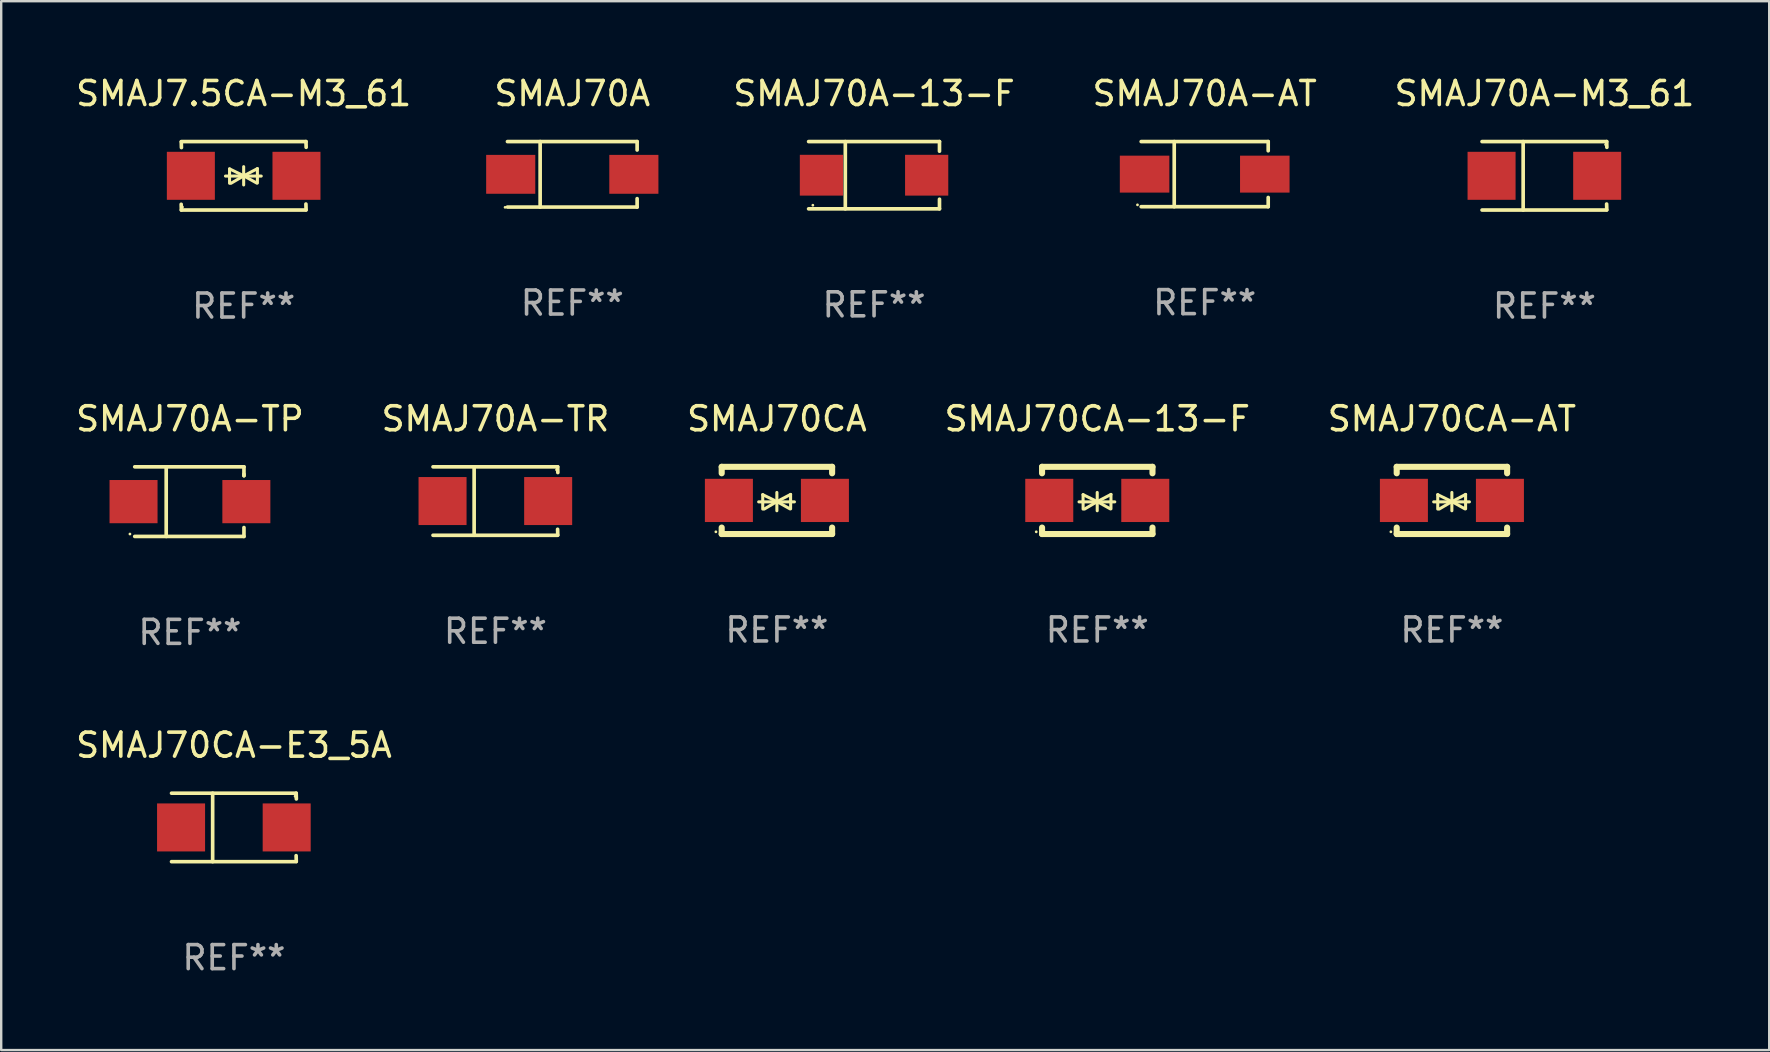
<source format=kicad_pcb>
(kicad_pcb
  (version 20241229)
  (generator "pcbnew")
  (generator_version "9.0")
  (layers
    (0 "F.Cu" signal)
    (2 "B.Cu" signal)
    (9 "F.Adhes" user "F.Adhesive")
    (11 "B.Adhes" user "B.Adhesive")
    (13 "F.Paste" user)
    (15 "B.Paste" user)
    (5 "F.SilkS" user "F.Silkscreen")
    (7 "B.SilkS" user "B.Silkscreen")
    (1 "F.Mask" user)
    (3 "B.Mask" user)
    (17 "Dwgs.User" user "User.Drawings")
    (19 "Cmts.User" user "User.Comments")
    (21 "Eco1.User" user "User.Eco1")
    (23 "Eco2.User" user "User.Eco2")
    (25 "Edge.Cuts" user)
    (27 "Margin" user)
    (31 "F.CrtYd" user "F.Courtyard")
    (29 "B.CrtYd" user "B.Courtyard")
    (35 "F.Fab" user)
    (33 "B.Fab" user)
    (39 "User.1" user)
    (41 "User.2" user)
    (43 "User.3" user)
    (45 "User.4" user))
  (footprint "SMAJ70CA"
    (layer "F.Cu")
    (at 29.315 17.797)
    (property "Reference" "SMAJ70CA" (at 0 -3.4 0) (layer "F.SilkS") (effects (font (size 1 1) (thickness 0.15))))
    (attr through_hole)
    (fp_line (start -2.3 -1.4) (end -2.3 -1.131) (stroke (width 0.254) (type solid)) (layer "F.SilkS"))
    (fp_line (start -2.3 -1.4) (end 2.3 -1.4) (stroke (width 0.254) (type solid)) (layer "F.SilkS"))
    (fp_line (start -2.3 1.131) (end -2.3 1.4) (stroke (width 0.254) (type solid)) (layer "F.SilkS"))
    (fp_line (start -2.3 1.4) (end 2.3 1.4) (stroke (width 0.254) (type solid)) (layer "F.SilkS"))
    (fp_line (start -0.76 0.06) (end 0.73 0.06) (stroke (width 0.127) (type solid)) (layer "F.SilkS"))
    (fp_line (start -0.59 -0.24) (end -0.59 0.36) (stroke (width 0.127) (type solid)) (layer "F.SilkS"))
    (fp_line (start -0.59 -0.24) (end -0.002 0.049) (stroke (width 0.127) (type solid)) (layer "F.SilkS"))
    (fp_line (start -0.53 0.36) (end -0.002 0.049) (stroke (width 0.127) (type solid)) (layer "F.SilkS"))
    (fp_line (start -0.002 0.049) (end -0.002 -0.332) (stroke (width 0.127) (type solid)) (layer "F.SilkS"))
    (fp_line (start -0.002 0.049) (end -0.002 0.43) (stroke (width 0.127) (type solid)) (layer "F.SilkS"))
    (fp_line (start 0.54 0.35) (end -0.002 0.049) (stroke (width 0.127) (type solid)) (layer "F.SilkS"))
    (fp_line (start 0.57 -0.25) (end -0.002 0.049) (stroke (width 0.127) (type solid)) (layer "F.SilkS"))
    (fp_line (start 0.57 -0.25) (end 0.57 0.35) (stroke (width 0.127) (type solid)) (layer "F.SilkS"))
    (fp_line (start 2.3 -1.4) (end 2.3 -1.131) (stroke (width 0.254) (type solid)) (layer "F.SilkS"))
    (fp_line (start 2.3 1.131) (end 2.3 1.4) (stroke (width 0.254) (type solid)) (layer "F.SilkS"))
    (fp_circle (center -2.542 1.308) (end -2.512 1.308) (stroke (width 0.06) (type solid)) (fill no) (layer "F.SilkS"))
    (fp_text user "REF**" (at 0 5.4 0) (layer "F.Fab") (effects (font (size 1 1) (thickness 0.15))))
    (pad "1" smd rect (at -2 0) (size 2 1.8) (layers "F.Cu" "F.Mask" "F.Paste"))
    (pad "2" smd rect (at 2 0) (size 2 1.8) (layers "F.Cu" "F.Mask" "F.Paste")))
  (footprint "SMAJ70CA-E3_5A"
    (layer "F.Cu")
    (at 6.696 31.42)
    (property "Reference" "SMAJ70CA-E3_5A" (at 0 -3.426 0) (layer "F.SilkS") (effects (font (size 1 1) (thickness 0.15))))
    (attr through_hole)
    (fp_line (start -2.6 -1.426) (end 2.593 -1.426) (stroke (width 0.152) (type solid)) (layer "F.SilkS"))
    (fp_line (start -2.6 1.426) (end 2.593 1.426) (stroke (width 0.152) (type solid)) (layer "F.SilkS"))
    (fp_line (start -0.887 -1.426) (end -0.887 1.426) (stroke (width 0.152) (type solid)) (layer "F.SilkS"))
    (fp_line (start 2.59 1.176) (end 2.597 1.415) (stroke (width 0.152) (type solid)) (layer "F.SilkS"))
    (fp_line (start 2.593 -1.426) (end 2.6 -1.187) (stroke (width 0.152) (type solid)) (layer "F.SilkS"))
    (fp_circle (center 2.547 -1.3) (end 2.577 -1.3) (stroke (width 0.06) (type solid)) (fill no) (layer "F.SilkS"))
    (fp_text user "REF**" (at 0 5.426 0) (layer "F.Fab") (effects (font (size 1 1) (thickness 0.15))))
    (pad "1" smd rect (at 2.197 -0.000025 180) (size 2 2) (layers "F.Cu" "F.Mask" "F.Paste"))
    (pad "2" smd rect (at -2.203 -0.000025 180) (size 2 2) (layers "F.Cu" "F.Mask" "F.Paste")))
  (footprint "SMAJ70A-13-F"
    (layer "F.Cu")
    (at 33.362 4.249)
    (property "Reference" "SMAJ70A-13-F" (at 0 -3.401 0) (layer "F.SilkS") (effects (font (size 1 1) (thickness 0.15))))
    (attr through_hole)
    (fp_line (start -2.726 -1.401) (end 2.726 -1.401) (stroke (width 0.152) (type solid)) (layer "F.SilkS"))
    (fp_line (start -2.726 1.401) (end 2.726 1.401) (stroke (width 0.152) (type solid)) (layer "F.SilkS"))
    (fp_line (start -1.197 -1.401) (end -1.197 1.401) (stroke (width 0.152) (type solid)) (layer "F.SilkS"))
    (fp_line (start 2.726 -1.401) (end 2.726 -1) (stroke (width 0.152) (type solid)) (layer "F.SilkS"))
    (fp_line (start 2.726 1.401) (end 2.726 1) (stroke (width 0.152) (type solid)) (layer "F.SilkS"))
    (fp_circle (center -2.55 1.25) (end -2.52 1.25) (stroke (width 0.06) (type solid)) (fill no) (layer "F.SilkS"))
    (fp_text user "REF**" (at 0 5.401 0) (layer "F.Fab") (effects (font (size 1 1) (thickness 0.15))))
    (pad "1" smd rect (at -2.192 0) (size 1.8 1.7) (layers "F.Cu" "F.Mask" "F.Paste"))
    (pad "2" smd rect (at 2.192 0) (size 1.8 1.7) (layers "F.Cu" "F.Mask" "F.Paste")))
  (footprint "SMAJ70A-TR"
    (layer "F.Cu")
    (at 17.589 17.823)
    (property "Reference" "SMAJ70A-TR" (at 0 -3.426 0) (layer "F.SilkS") (effects (font (size 1 1) (thickness 0.15))))
    (attr through_hole)
    (fp_line (start -2.6 -1.426) (end 2.593 -1.426) (stroke (width 0.152) (type solid)) (layer "F.SilkS"))
    (fp_line (start -2.6 1.426) (end 2.593 1.426) (stroke (width 0.152) (type solid)) (layer "F.SilkS"))
    (fp_line (start -0.887 -1.426) (end -0.887 1.426) (stroke (width 0.152) (type solid)) (layer "F.SilkS"))
    (fp_line (start 2.59 1.176) (end 2.597 1.415) (stroke (width 0.152) (type solid)) (layer "F.SilkS"))
    (fp_line (start 2.593 -1.426) (end 2.6 -1.187) (stroke (width 0.152) (type solid)) (layer "F.SilkS"))
    (fp_circle (center 2.547 -1.3) (end 2.577 -1.3) (stroke (width 0.06) (type solid)) (fill no) (layer "F.SilkS"))
    (fp_text user "REF**" (at 0 5.426 0) (layer "F.Fab") (effects (font (size 1 1) (thickness 0.15))))
    (pad "1" smd rect (at 2.197 -0.000025 180) (size 2 2) (layers "F.Cu" "F.Mask" "F.Paste"))
    (pad "2" smd rect (at -2.203 -0.000025 180) (size 2 2) (layers "F.Cu" "F.Mask" "F.Paste")))
  (footprint "SMAJ70A-M3_61"
    (layer "F.Cu")
    (at 61.29 4.274)
    (property "Reference" "SMAJ70A-M3_61" (at 0 -3.426 0) (layer "F.SilkS") (effects (font (size 1 1) (thickness 0.15))))
    (attr through_hole)
    (fp_line (start -2.6 -1.426) (end 2.593 -1.426) (stroke (width 0.152) (type solid)) (layer "F.SilkS"))
    (fp_line (start -2.6 1.426) (end 2.593 1.426) (stroke (width 0.152) (type solid)) (layer "F.SilkS"))
    (fp_line (start -0.887 -1.426) (end -0.887 1.426) (stroke (width 0.152) (type solid)) (layer "F.SilkS"))
    (fp_line (start 2.59 1.176) (end 2.597 1.415) (stroke (width 0.152) (type solid)) (layer "F.SilkS"))
    (fp_line (start 2.593 -1.426) (end 2.6 -1.187) (stroke (width 0.152) (type solid)) (layer "F.SilkS"))
    (fp_circle (center 2.547 -1.3) (end 2.577 -1.3) (stroke (width 0.06) (type solid)) (fill no) (layer "F.SilkS"))
    (fp_text user "REF**" (at 0 5.426 0) (layer "F.Fab") (effects (font (size 1 1) (thickness 0.15))))
    (pad "1" smd rect (at 2.197 -0.000025 180) (size 2 2) (layers "F.Cu" "F.Mask" "F.Paste"))
    (pad "2" smd rect (at -2.203 -0.000025 180) (size 2 2) (layers "F.Cu" "F.Mask" "F.Paste")))
  (footprint "SMAJ7.5CA-M3_61"
    (layer "F.Cu")
    (at 7.101 4.274)
    (property "Reference" "SMAJ7.5CA-M3_61" (at 0 -3.426 0) (layer "F.SilkS") (effects (font (size 1 1) (thickness 0.15))))
    (attr through_hole)
    (fp_line (start -2.596 -1.426) (end 2.596 -1.426) (stroke (width 0.152) (type solid)) (layer "F.SilkS"))
    (fp_line (start -2.596 1.426) (end -2.603 1.187) (stroke (width 0.152) (type solid)) (layer "F.SilkS"))
    (fp_line (start -2.596 1.426) (end 2.596 1.426) (stroke (width 0.152) (type solid)) (layer "F.SilkS"))
    (fp_line (start -2.593 -1.176) (end -2.6 -1.415) (stroke (width 0.152) (type solid)) (layer "F.SilkS"))
    (fp_line (start -0.758 0.011) (end 0.732 0.011) (stroke (width 0.127) (type solid)) (layer "F.SilkS"))
    (fp_line (start -0.588 -0.289) (end -0.588 0.311) (stroke (width 0.127) (type solid)) (layer "F.SilkS"))
    (fp_line (start -0.588 -0.289) (end 0 0) (stroke (width 0.127) (type solid)) (layer "F.SilkS"))
    (fp_line (start -0.528 0.311) (end 0 0) (stroke (width 0.127) (type solid)) (layer "F.SilkS"))
    (fp_line (start 0 0) (end 0 -0.381) (stroke (width 0.127) (type solid)) (layer "F.SilkS"))
    (fp_line (start 0 0) (end 0 0.381) (stroke (width 0.127) (type solid)) (layer "F.SilkS"))
    (fp_line (start 0.542 0.301) (end 0 0) (stroke (width 0.127) (type solid)) (layer "F.SilkS"))
    (fp_line (start 0.572 -0.299) (end 0 0) (stroke (width 0.127) (type solid)) (layer "F.SilkS"))
    (fp_line (start 0.572 -0.299) (end 0.572 0.301) (stroke (width 0.127) (type solid)) (layer "F.SilkS"))
    (fp_line (start 2.593 1.176) (end 2.6 1.415) (stroke (width 0.152) (type solid)) (layer "F.SilkS"))
    (fp_line (start 2.596 -1.426) (end 2.603 -1.187) (stroke (width 0.152) (type solid)) (layer "F.SilkS"))
    (fp_circle (center -2.55 1.3) (end -2.52 1.3) (stroke (width 0.06) (type solid)) (fill no) (layer "F.SilkS"))
    (fp_text user "REF**" (at 0 5.426 0) (layer "F.Fab") (effects (font (size 1 1) (thickness 0.15))))
    (pad "1" smd rect (at -2.2 0 180) (size 2 2) (layers "F.Cu" "F.Mask" "F.Paste"))
    (pad "2" smd rect (at 2.2 0 180) (size 2 2) (layers "F.Cu" "F.Mask" "F.Paste")))
  (footprint "SMAJ70A-AT"
    (layer "F.Cu")
    (at 47.136 4.204)
    (property "Reference" "SMAJ70A-AT" (at 0 -3.356 0) (layer "F.SilkS") (effects (font (size 1 1) (thickness 0.15))))
    (attr through_hole)
    (fp_line (start -2.646 -1.356) (end 2.646 -1.356) (stroke (width 0.152) (type solid)) (layer "F.SilkS"))
    (fp_line (start -2.646 1.356) (end 2.646 1.356) (stroke (width 0.152) (type solid)) (layer "F.SilkS"))
    (fp_line (start -1.269 -1.356) (end -1.269 1.356) (stroke (width 0.152) (type solid)) (layer "F.SilkS"))
    (fp_line (start 2.646 -1.356) (end 2.646 -0.973) (stroke (width 0.152) (type solid)) (layer "F.SilkS"))
    (fp_line (start 2.646 1.356) (end 2.646 0.973) (stroke (width 0.152) (type solid)) (layer "F.SilkS"))
    (fp_circle (center -2.8 1.28) (end -2.77 1.28) (stroke (width 0.06) (type solid)) (fill no) (layer "F.SilkS"))
    (fp_text user "REF**" (at 0 5.356 0) (layer "F.Fab") (effects (font (size 1 1) (thickness 0.15))))
    (pad "1" smd rect (at 2.504 0) (size 2.063 1.539) (layers "F.Cu" "F.Mask" "F.Paste"))
    (pad "2" smd rect (at -2.504 0) (size 2.063 1.539) (layers "F.Cu" "F.Mask" "F.Paste")))
  (footprint "SMAJ70CA-13-F"
    (layer "F.Cu")
    (at 42.661 17.797)
    (property "Reference" "SMAJ70CA-13-F" (at 0 -3.4 0) (layer "F.SilkS") (effects (font (size 1 1) (thickness 0.15))))
    (attr through_hole)
    (fp_line (start -2.3 -1.4) (end -2.3 -1.131) (stroke (width 0.254) (type solid)) (layer "F.SilkS"))
    (fp_line (start -2.3 -1.4) (end 2.3 -1.4) (stroke (width 0.254) (type solid)) (layer "F.SilkS"))
    (fp_line (start -2.3 1.131) (end -2.3 1.4) (stroke (width 0.254) (type solid)) (layer "F.SilkS"))
    (fp_line (start -2.3 1.4) (end 2.3 1.4) (stroke (width 0.254) (type solid)) (layer "F.SilkS"))
    (fp_line (start -0.76 0.06) (end 0.73 0.06) (stroke (width 0.127) (type solid)) (layer "F.SilkS"))
    (fp_line (start -0.59 -0.24) (end -0.59 0.36) (stroke (width 0.127) (type solid)) (layer "F.SilkS"))
    (fp_line (start -0.59 -0.24) (end -0.002 0.049) (stroke (width 0.127) (type solid)) (layer "F.SilkS"))
    (fp_line (start -0.53 0.36) (end -0.002 0.049) (stroke (width 0.127) (type solid)) (layer "F.SilkS"))
    (fp_line (start -0.002 0.049) (end -0.002 -0.332) (stroke (width 0.127) (type solid)) (layer "F.SilkS"))
    (fp_line (start -0.002 0.049) (end -0.002 0.43) (stroke (width 0.127) (type solid)) (layer "F.SilkS"))
    (fp_line (start 0.54 0.35) (end -0.002 0.049) (stroke (width 0.127) (type solid)) (layer "F.SilkS"))
    (fp_line (start 0.57 -0.25) (end -0.002 0.049) (stroke (width 0.127) (type solid)) (layer "F.SilkS"))
    (fp_line (start 0.57 -0.25) (end 0.57 0.35) (stroke (width 0.127) (type solid)) (layer "F.SilkS"))
    (fp_line (start 2.3 -1.4) (end 2.3 -1.131) (stroke (width 0.254) (type solid)) (layer "F.SilkS"))
    (fp_line (start 2.3 1.131) (end 2.3 1.4) (stroke (width 0.254) (type solid)) (layer "F.SilkS"))
    (fp_circle (center -2.542 1.308) (end -2.512 1.308) (stroke (width 0.06) (type solid)) (fill no) (layer "F.SilkS"))
    (fp_text user "REF**" (at 0 5.4 0) (layer "F.Fab") (effects (font (size 1 1) (thickness 0.15))))
    (pad "1" smd rect (at -2 0) (size 2 1.8) (layers "F.Cu" "F.Mask" "F.Paste"))
    (pad "2" smd rect (at 2 0) (size 2 1.8) (layers "F.Cu" "F.Mask" "F.Paste")))
  (footprint "SMAJ70A"
    (layer "F.Cu")
    (at 20.791 4.212)
    (property "Reference" "SMAJ70A" (at 0 -3.364 0) (layer "F.SilkS") (effects (font (size 1 1) (thickness 0.15))))
    (attr through_hole)
    (fp_line (start -2.701 -1.364) (end 2.701 -1.364) (stroke (width 0.152) (type solid)) (layer "F.SilkS"))
    (fp_line (start -2.701 1.364) (end 2.701 1.364) (stroke (width 0.152) (type solid)) (layer "F.SilkS"))
    (fp_line (start -1.339 -1.364) (end -1.339 1.364) (stroke (width 0.152) (type solid)) (layer "F.SilkS"))
    (fp_line (start 2.701 -1.364) (end 2.701 -1.013) (stroke (width 0.152) (type solid)) (layer "F.SilkS"))
    (fp_line (start 2.701 1.364) (end 2.701 1.013) (stroke (width 0.152) (type solid)) (layer "F.SilkS"))
    (fp_circle (center -2.8 1.375) (end -2.77 1.375) (stroke (width 0.06) (type solid)) (fill no) (layer "F.SilkS"))
    (fp_text user "REF**" (at 0 5.364 0) (layer "F.Fab") (effects (font (size 1 1) (thickness 0.15))))
    (pad "1" smd rect (at -2.565 -0.000025) (size 2.046 1.62) (layers "F.Cu" "F.Mask" "F.Paste"))
    (pad "2" smd rect (at 2.565 -0.000025) (size 2.046 1.62) (layers "F.Cu" "F.Mask" "F.Paste")))
  (footprint "SMAJ70A-TP"
    (layer "F.Cu")
    (at 4.863 17.847)
    (property "Reference" "SMAJ70A-TP" (at 0 -3.45 0) (layer "F.SilkS") (effects (font (size 1 1) (thickness 0.15))))
    (attr through_hole)
    (fp_line (start -2.3 -1.45) (end 2.25 -1.45) (stroke (width 0.152) (type solid)) (layer "F.SilkS"))
    (fp_line (start -0.989 -1.45) (end -0.989 1.45) (stroke (width 0.152) (type solid)) (layer "F.SilkS"))
    (fp_line (start 2.25 -1.45) (end 2.25 -1.08) (stroke (width 0.152) (type solid)) (layer "F.SilkS"))
    (fp_line (start 2.25 -1.08) (end 2.25 -1.142) (stroke (width 0.152) (type solid)) (layer "F.SilkS"))
    (fp_line (start 2.25 1.45) (end -2.3 1.45) (stroke (width 0.152) (type solid)) (layer "F.SilkS"))
    (fp_line (start 2.25 1.45) (end 2.25 1.08) (stroke (width 0.152) (type solid)) (layer "F.SilkS"))
    (fp_circle (center -2.5 1.35) (end -2.47 1.35) (stroke (width 0.06) (type solid)) (fill no) (layer "F.SilkS"))
    (fp_text user "REF**" (at 0 5.45 0) (layer "F.Fab") (effects (font (size 1 1) (thickness 0.15))))
    (pad "1" smd rect (at -2.35 0.000025) (size 2 1.8) (layers "F.Cu" "F.Mask" "F.Paste"))
    (pad "2" smd rect (at 2.35 0.000025) (size 2 1.8) (layers "F.Cu" "F.Mask" "F.Paste")))
  (footprint "SMAJ70CA-AT"
    (layer "F.Cu")
    (at 57.435 17.797)
    (property "Reference" "SMAJ70CA-AT" (at 0 -3.4 0) (layer "F.SilkS") (effects (font (size 1 1) (thickness 0.15))))
    (attr through_hole)
    (fp_line (start -2.3 -1.4) (end -2.3 -1.131) (stroke (width 0.254) (type solid)) (layer "F.SilkS"))
    (fp_line (start -2.3 -1.4) (end 2.3 -1.4) (stroke (width 0.254) (type solid)) (layer "F.SilkS"))
    (fp_line (start -2.3 1.131) (end -2.3 1.4) (stroke (width 0.254) (type solid)) (layer "F.SilkS"))
    (fp_line (start -2.3 1.4) (end 2.3 1.4) (stroke (width 0.254) (type solid)) (layer "F.SilkS"))
    (fp_line (start -0.76 0.06) (end 0.73 0.06) (stroke (width 0.127) (type solid)) (layer "F.SilkS"))
    (fp_line (start -0.59 -0.24) (end -0.59 0.36) (stroke (width 0.127) (type solid)) (layer "F.SilkS"))
    (fp_line (start -0.59 -0.24) (end -0.002 0.049) (stroke (width 0.127) (type solid)) (layer "F.SilkS"))
    (fp_line (start -0.53 0.36) (end -0.002 0.049) (stroke (width 0.127) (type solid)) (layer "F.SilkS"))
    (fp_line (start -0.002 0.049) (end -0.002 -0.332) (stroke (width 0.127) (type solid)) (layer "F.SilkS"))
    (fp_line (start -0.002 0.049) (end -0.002 0.43) (stroke (width 0.127) (type solid)) (layer "F.SilkS"))
    (fp_line (start 0.54 0.35) (end -0.002 0.049) (stroke (width 0.127) (type solid)) (layer "F.SilkS"))
    (fp_line (start 0.57 -0.25) (end -0.002 0.049) (stroke (width 0.127) (type solid)) (layer "F.SilkS"))
    (fp_line (start 0.57 -0.25) (end 0.57 0.35) (stroke (width 0.127) (type solid)) (layer "F.SilkS"))
    (fp_line (start 2.3 -1.4) (end 2.3 -1.131) (stroke (width 0.254) (type solid)) (layer "F.SilkS"))
    (fp_line (start 2.3 1.131) (end 2.3 1.4) (stroke (width 0.254) (type solid)) (layer "F.SilkS"))
    (fp_circle (center -2.542 1.308) (end -2.512 1.308) (stroke (width 0.06) (type solid)) (fill no) (layer "F.SilkS"))
    (fp_text user "REF**" (at 0 5.4 0) (layer "F.Fab") (effects (font (size 1 1) (thickness 0.15))))
    (pad "1" smd rect (at -2 0) (size 2 1.8) (layers "F.Cu" "F.Mask" "F.Paste"))
    (pad "2" smd rect (at 2 0) (size 2 1.8) (layers "F.Cu" "F.Mask" "F.Paste")))
  (gr_rect
    (start -3 -3)
    (end 70.653 40.694)
    (stroke (width 0.1) (type default))
    (fill no)
    (layer "Edge.Cuts")))
</source>
